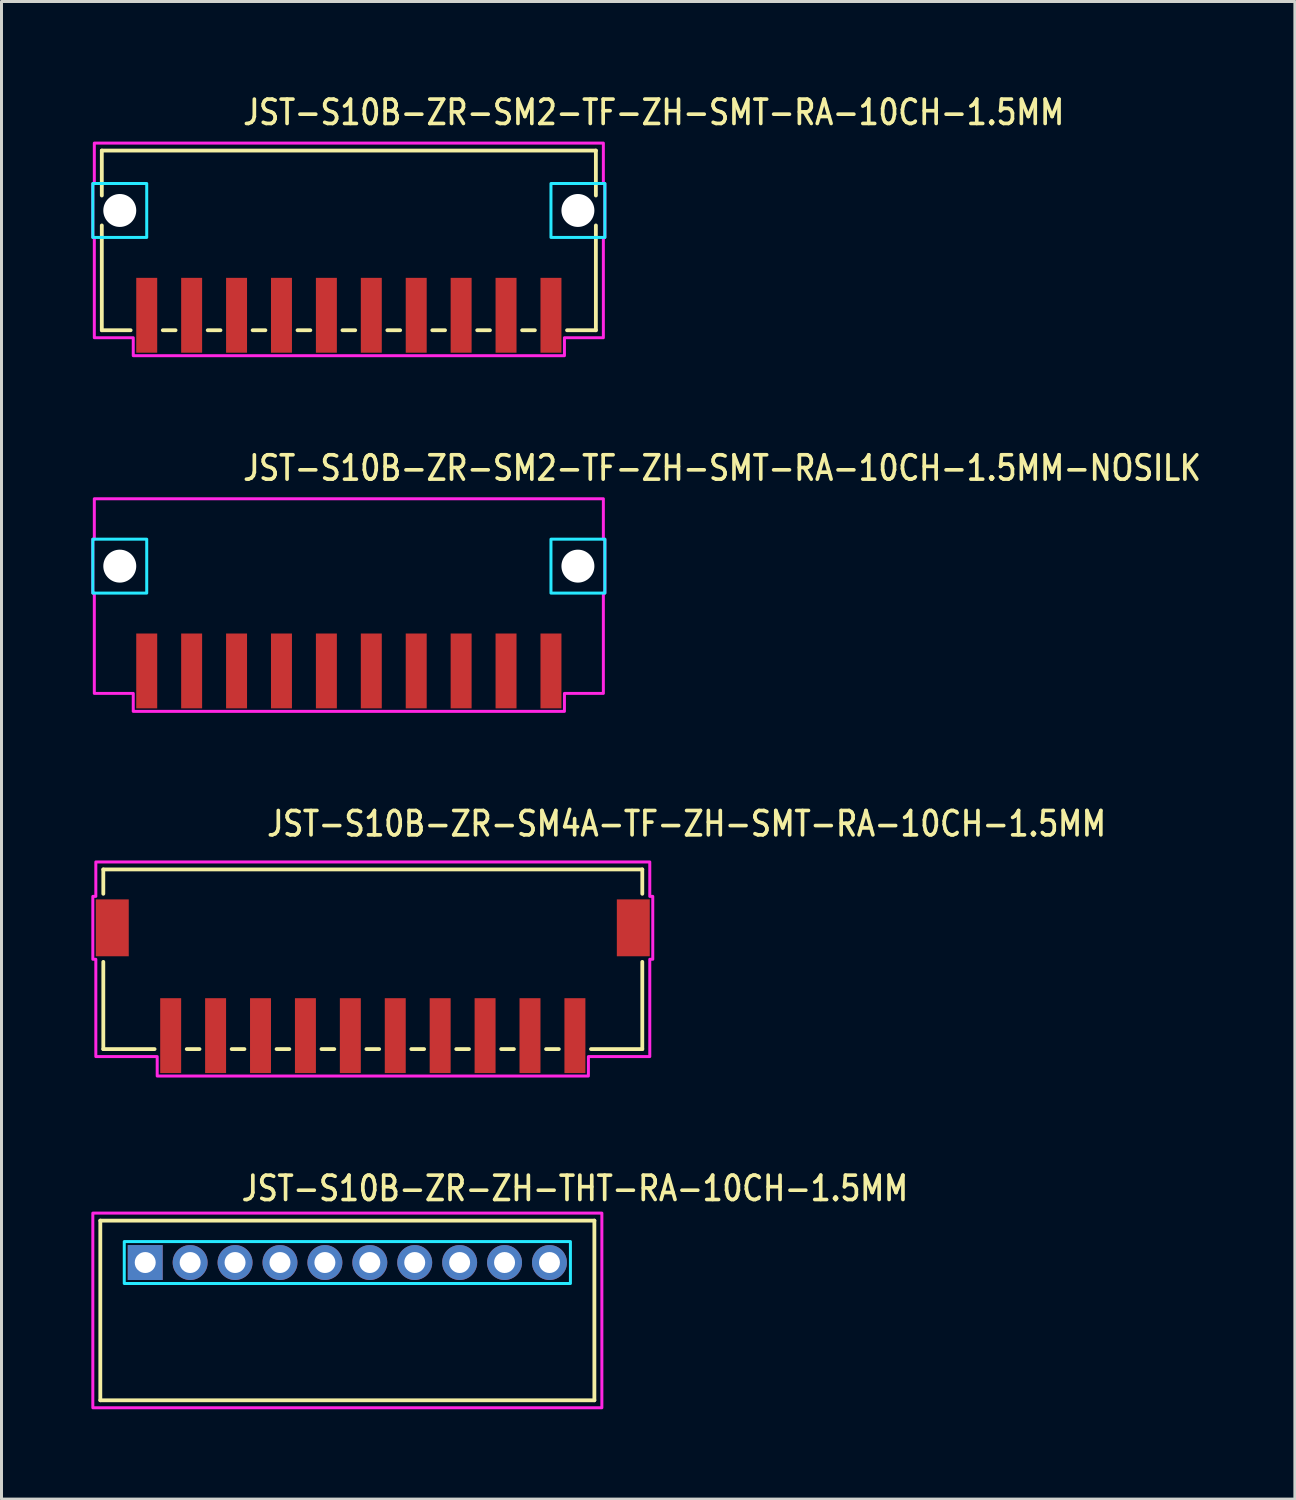
<source format=kicad_pcb>
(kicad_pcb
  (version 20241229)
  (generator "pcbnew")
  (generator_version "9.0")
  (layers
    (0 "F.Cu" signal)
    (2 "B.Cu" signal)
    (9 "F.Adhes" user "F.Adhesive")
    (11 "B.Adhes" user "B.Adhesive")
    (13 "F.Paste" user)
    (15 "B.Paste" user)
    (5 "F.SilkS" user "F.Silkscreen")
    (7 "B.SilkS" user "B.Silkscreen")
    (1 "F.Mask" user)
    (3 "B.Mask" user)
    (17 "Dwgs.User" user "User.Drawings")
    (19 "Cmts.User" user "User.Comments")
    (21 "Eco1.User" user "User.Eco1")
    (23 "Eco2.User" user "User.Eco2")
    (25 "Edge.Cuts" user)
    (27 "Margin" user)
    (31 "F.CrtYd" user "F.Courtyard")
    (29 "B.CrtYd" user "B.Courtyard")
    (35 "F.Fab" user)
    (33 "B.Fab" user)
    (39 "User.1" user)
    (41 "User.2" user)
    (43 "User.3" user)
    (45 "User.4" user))
  (footprint "JST-S10B-ZR-SM2-TF-ZH-SMT-RA-10CH-1.5MM-NOSILK"
    (layer "F.Cu")
    (at 8.6 15.857)
    (property "Reference" "JST-S10B-ZR-SM2-TF-ZH-SMT-RA-10CH-1.5MM-NOSILK" (at -3.6 -2.8 0) (unlocked yes) (layer "F.SilkS") (effects (font (size 0.813 0.695) (thickness 0.122)) (justify left bottom)))
    (fp_poly (pts (xy -8.55 -0.9) (xy -8.55 0.9) (xy -6.75 0.9) (xy -6.75 -0.9)) (stroke (width 0.1) (type solid)) (fill no) (layer "B.CrtYd"))
    (fp_poly (pts (xy 8.55 -0.9) (xy 8.55 0.9) (xy 6.75 0.9) (xy 6.75 -0.9)) (stroke (width 0.1) (type solid)) (fill no) (layer "B.CrtYd"))
    (fp_poly (pts (xy -8.5 -2.25) (xy -8.5 -0.9) (xy -8.55 -0.9) (xy -8.55 0.9) (xy -8.5 0.9) (xy -8.5 4.25) (xy -7.2 4.25) (xy -7.2 4.85) (xy 7.2 4.85) (xy 7.2 4.25) (xy 8.5 4.25) (xy 8.5 0.9) (xy 8.55 0.9) (xy 8.55 -0.9) (xy 8.5 -0.9) (xy 8.5 -2.25)) (stroke (width 0.1) (type solid)) (fill no) (layer "F.CrtYd"))
    (pad "" np_thru_hole circle (at -7.65 0) (size 1.1 1.1) (drill 1.1) (layers "*.Cu" "*.Mask"))
    (pad "" np_thru_hole circle (at 7.65 0) (size 1.1 1.1) (drill 1.1) (layers "*.Cu" "*.Mask"))
    (pad "1" smd rect (at 6.75 3.5) (size 0.7 2.5) (layers "F.Cu" "F.Mask" "F.Paste"))
    (pad "2" smd rect (at 5.25 3.5) (size 0.7 2.5) (layers "F.Cu" "F.Mask" "F.Paste"))
    (pad "3" smd rect (at 3.75 3.5) (size 0.7 2.5) (layers "F.Cu" "F.Mask" "F.Paste"))
    (pad "4" smd rect (at 2.25 3.5) (size 0.7 2.5) (layers "F.Cu" "F.Mask" "F.Paste"))
    (pad "5" smd rect (at 0.75 3.5) (size 0.7 2.5) (layers "F.Cu" "F.Mask" "F.Paste"))
    (pad "6" smd rect (at -0.75 3.5) (size 0.7 2.5) (layers "F.Cu" "F.Mask" "F.Paste"))
    (pad "7" smd rect (at -2.25 3.5) (size 0.7 2.5) (layers "F.Cu" "F.Mask" "F.Paste"))
    (pad "8" smd rect (at -3.75 3.5) (size 0.7 2.5) (layers "F.Cu" "F.Mask" "F.Paste"))
    (pad "9" smd rect (at -5.25 3.5) (size 0.7 2.5) (layers "F.Cu" "F.Mask" "F.Paste"))
    (pad "10" smd rect (at -6.75 3.5) (size 0.7 2.5) (layers "F.Cu" "F.Mask" "F.Paste")))
  (footprint "JST-S10B-ZR-ZH-THT-RA-10CH-1.5MM"
    (layer "F.Cu")
    (at 8.55 39.114)
    (property "Reference" "JST-S10B-ZR-ZH-THT-RA-10CH-1.5MM" (at -3.6 -2 0) (unlocked yes) (layer "F.SilkS") (effects (font (size 0.813 0.695) (thickness 0.122)) (justify left bottom)))
    (fp_line (start -8.25 -1.4) (end 8.25 -1.4) (stroke (width 0.127) (type solid)) (layer "F.SilkS"))
    (fp_line (start -8.25 4.6) (end -8.25 -1.4) (stroke (width 0.127) (type solid)) (layer "F.SilkS"))
    (fp_line (start -8.25 4.6) (end 8.25 4.6) (stroke (width 0.127) (type solid)) (layer "F.SilkS"))
    (fp_line (start 8.25 -1.4) (end 8.25 4.6) (stroke (width 0.127) (type solid)) (layer "F.SilkS"))
    (fp_poly (pts (xy -7.45 -0.7) (xy -7.45 0.7) (xy 7.45 0.7) (xy 7.45 -0.7)) (stroke (width 0.1) (type solid)) (fill no) (layer "B.CrtYd"))
    (fp_poly (pts (xy -8.5 -1.65) (xy -8.5 4.85) (xy 8.5 4.85) (xy 8.5 -1.65)) (stroke (width 0.1) (type solid)) (fill no) (layer "F.CrtYd"))
    (pad "1" thru_hole rect (at -6.75 0) (size 1.167 1.167) (drill 0.7) (layers "*.Cu" "*.Mask"))
    (pad "2" thru_hole oval (at -5.25 0) (size 1.167 1.167) (drill 0.7) (layers "*.Cu" "*.Mask"))
    (pad "3" thru_hole oval (at -3.75 0) (size 1.167 1.167) (drill 0.7) (layers "*.Cu" "*.Mask"))
    (pad "4" thru_hole oval (at -2.25 0) (size 1.167 1.167) (drill 0.7) (layers "*.Cu" "*.Mask"))
    (pad "5" thru_hole oval (at -0.75 0) (size 1.167 1.167) (drill 0.7) (layers "*.Cu" "*.Mask"))
    (pad "6" thru_hole oval (at 0.75 0) (size 1.167 1.167) (drill 0.7) (layers "*.Cu" "*.Mask"))
    (pad "7" thru_hole oval (at 2.25 0) (size 1.167 1.167) (drill 0.7) (layers "*.Cu" "*.Mask"))
    (pad "8" thru_hole oval (at 3.75 0) (size 1.167 1.167) (drill 0.7) (layers "*.Cu" "*.Mask"))
    (pad "9" thru_hole oval (at 5.25 0) (size 1.167 1.167) (drill 0.7) (layers "*.Cu" "*.Mask"))
    (pad "10" thru_hole oval (at 6.75 0) (size 1.167 1.167) (drill 0.7) (layers "*.Cu" "*.Mask")))
  (footprint "JST-S10B-ZR-SM2-TF-ZH-SMT-RA-10CH-1.5MM"
    (layer "F.Cu")
    (at 8.6 3.979)
    (property "Reference" "JST-S10B-ZR-SM2-TF-ZH-SMT-RA-10CH-1.5MM" (at -3.6 -2.8 0) (unlocked yes) (layer "F.SilkS") (effects (font (size 0.813 0.695) (thickness 0.122)) (justify left bottom)))
    (fp_line (start -8.25 -2) (end -8.25 -0.5) (stroke (width 0.127) (type solid)) (layer "F.SilkS"))
    (fp_line (start -8.25 -2) (end 8.25 -2) (stroke (width 0.127) (type solid)) (layer "F.SilkS"))
    (fp_line (start -8.25 4) (end -8.25 0.5) (stroke (width 0.127) (type solid)) (layer "F.SilkS"))
    (fp_line (start -8.25 4) (end -7.287 4) (stroke (width 0.127) (type solid)) (layer "F.SilkS"))
    (fp_line (start -6.213 4) (end -5.787 4) (stroke (width 0.127) (type solid)) (layer "F.SilkS"))
    (fp_line (start -4.713 4) (end -4.287 4) (stroke (width 0.127) (type solid)) (layer "F.SilkS"))
    (fp_line (start -3.213 4) (end -2.787 4) (stroke (width 0.127) (type solid)) (layer "F.SilkS"))
    (fp_line (start -1.714 4) (end -1.286 4) (stroke (width 0.127) (type solid)) (layer "F.SilkS"))
    (fp_line (start -0.213 4) (end 0.213 4) (stroke (width 0.127) (type solid)) (layer "F.SilkS"))
    (fp_line (start 1.286 4) (end 1.714 4) (stroke (width 0.127) (type solid)) (layer "F.SilkS"))
    (fp_line (start 2.787 4) (end 3.213 4) (stroke (width 0.127) (type solid)) (layer "F.SilkS"))
    (fp_line (start 4.287 4) (end 4.713 4) (stroke (width 0.127) (type solid)) (layer "F.SilkS"))
    (fp_line (start 5.787 4) (end 6.213 4) (stroke (width 0.127) (type solid)) (layer "F.SilkS"))
    (fp_line (start 7.287 4) (end 8.25 4) (stroke (width 0.127) (type solid)) (layer "F.SilkS"))
    (fp_line (start 8.25 -0.5) (end 8.25 -2) (stroke (width 0.127) (type solid)) (layer "F.SilkS"))
    (fp_line (start 8.25 0.5) (end 8.25 4) (stroke (width 0.127) (type solid)) (layer "F.SilkS"))
    (fp_poly (pts (xy -8.55 -0.9) (xy -8.55 0.9) (xy -6.75 0.9) (xy -6.75 -0.9)) (stroke (width 0.1) (type solid)) (fill no) (layer "B.CrtYd"))
    (fp_poly (pts (xy 8.55 -0.9) (xy 8.55 0.9) (xy 6.75 0.9) (xy 6.75 -0.9)) (stroke (width 0.1) (type solid)) (fill no) (layer "B.CrtYd"))
    (fp_poly (pts (xy -8.5 -2.25) (xy -8.5 -0.9) (xy -8.55 -0.9) (xy -8.55 0.9) (xy -8.5 0.9) (xy -8.5 4.25) (xy -7.2 4.25) (xy -7.2 4.85) (xy 7.2 4.85) (xy 7.2 4.25) (xy 8.5 4.25) (xy 8.5 0.9) (xy 8.55 0.9) (xy 8.55 -0.9) (xy 8.5 -0.9) (xy 8.5 -2.25)) (stroke (width 0.1) (type solid)) (fill no) (layer "F.CrtYd"))
    (pad "" np_thru_hole circle (at -7.65 0) (size 1.1 1.1) (drill 1.1) (layers "*.Cu" "*.Mask"))
    (pad "" np_thru_hole circle (at 7.65 0) (size 1.1 1.1) (drill 1.1) (layers "*.Cu" "*.Mask"))
    (pad "1" smd rect (at 6.75 3.5) (size 0.7 2.5) (layers "F.Cu" "F.Mask" "F.Paste"))
    (pad "2" smd rect (at 5.25 3.5) (size 0.7 2.5) (layers "F.Cu" "F.Mask" "F.Paste"))
    (pad "3" smd rect (at 3.75 3.5) (size 0.7 2.5) (layers "F.Cu" "F.Mask" "F.Paste"))
    (pad "4" smd rect (at 2.25 3.5) (size 0.7 2.5) (layers "F.Cu" "F.Mask" "F.Paste"))
    (pad "5" smd rect (at 0.75 3.5) (size 0.7 2.5) (layers "F.Cu" "F.Mask" "F.Paste"))
    (pad "6" smd rect (at -0.75 3.5) (size 0.7 2.5) (layers "F.Cu" "F.Mask" "F.Paste"))
    (pad "7" smd rect (at -2.25 3.5) (size 0.7 2.5) (layers "F.Cu" "F.Mask" "F.Paste"))
    (pad "8" smd rect (at -3.75 3.5) (size 0.7 2.5) (layers "F.Cu" "F.Mask" "F.Paste"))
    (pad "9" smd rect (at -5.25 3.5) (size 0.7 2.5) (layers "F.Cu" "F.Mask" "F.Paste"))
    (pad "10" smd rect (at -6.75 3.5) (size 0.7 2.5) (layers "F.Cu" "F.Mask" "F.Paste")))
  (footprint "JST-S10B-ZR-SM4A-TF-ZH-SMT-RA-10CH-1.5MM"
    (layer "F.Cu")
    (at 9.4 27.936)
    (property "Reference" "JST-S10B-ZR-SM4A-TF-ZH-SMT-RA-10CH-1.5MM" (at -3.6 -3 0) (unlocked yes) (layer "F.SilkS") (effects (font (size 0.813 0.695) (thickness 0.122)) (justify left bottom)))
    (fp_line (start -9 -1.95) (end -9 -1.137) (stroke (width 0.127) (type solid)) (layer "F.SilkS"))
    (fp_line (start -9 -1.95) (end 9 -1.95) (stroke (width 0.127) (type solid)) (layer "F.SilkS"))
    (fp_line (start -9 4.05) (end -9 1.137) (stroke (width 0.127) (type solid)) (layer "F.SilkS"))
    (fp_line (start -9 4.05) (end -7.287 4.05) (stroke (width 0.127) (type solid)) (layer "F.SilkS"))
    (fp_line (start -6.213 4.05) (end -5.787 4.05) (stroke (width 0.127) (type solid)) (layer "F.SilkS"))
    (fp_line (start -4.713 4.05) (end -4.287 4.05) (stroke (width 0.127) (type solid)) (layer "F.SilkS"))
    (fp_line (start -3.213 4.05) (end -2.787 4.05) (stroke (width 0.127) (type solid)) (layer "F.SilkS"))
    (fp_line (start -1.714 4.05) (end -1.286 4.05) (stroke (width 0.127) (type solid)) (layer "F.SilkS"))
    (fp_line (start -0.213 4.05) (end 0.213 4.05) (stroke (width 0.127) (type solid)) (layer "F.SilkS"))
    (fp_line (start 1.286 4.05) (end 1.714 4.05) (stroke (width 0.127) (type solid)) (layer "F.SilkS"))
    (fp_line (start 2.787 4.05) (end 3.213 4.05) (stroke (width 0.127) (type solid)) (layer "F.SilkS"))
    (fp_line (start 4.287 4.05) (end 4.713 4.05) (stroke (width 0.127) (type solid)) (layer "F.SilkS"))
    (fp_line (start 5.787 4.05) (end 6.213 4.05) (stroke (width 0.127) (type solid)) (layer "F.SilkS"))
    (fp_line (start 7.287 4.05) (end 9 4.05) (stroke (width 0.127) (type solid)) (layer "F.SilkS"))
    (fp_line (start 9 -1.137) (end 9 -1.95) (stroke (width 0.127) (type solid)) (layer "F.SilkS"))
    (fp_line (start 9 1.137) (end 9 4.05) (stroke (width 0.127) (type solid)) (layer "F.SilkS"))
    (fp_poly (pts (xy -9.25 -2.2) (xy -9.25 -1.05) (xy -9.35 -1.05) (xy -9.35 1.05) (xy -9.25 1.05) (xy -9.25 4.3) (xy -7.2 4.3) (xy -7.2 4.95) (xy 7.2 4.95) (xy 7.2 4.3) (xy 9.25 4.3) (xy 9.25 1.05) (xy 9.35 1.05) (xy 9.35 -1.05) (xy 9.25 -1.05) (xy 9.25 -2.2)) (stroke (width 0.1) (type solid)) (fill no) (layer "F.CrtYd"))
    (pad "1" smd rect (at 6.75 3.6) (size 0.7 2.5) (layers "F.Cu" "F.Mask" "F.Paste"))
    (pad "2" smd rect (at 5.25 3.6) (size 0.7 2.5) (layers "F.Cu" "F.Mask" "F.Paste"))
    (pad "3" smd rect (at 3.75 3.6) (size 0.7 2.5) (layers "F.Cu" "F.Mask" "F.Paste"))
    (pad "4" smd rect (at 2.25 3.6) (size 0.7 2.5) (layers "F.Cu" "F.Mask" "F.Paste"))
    (pad "5" smd rect (at 0.75 3.6) (size 0.7 2.5) (layers "F.Cu" "F.Mask" "F.Paste"))
    (pad "6" smd rect (at -0.75 3.6) (size 0.7 2.5) (layers "F.Cu" "F.Mask" "F.Paste"))
    (pad "7" smd rect (at -2.25 3.6) (size 0.7 2.5) (layers "F.Cu" "F.Mask" "F.Paste"))
    (pad "8" smd rect (at -3.75 3.6) (size 0.7 2.5) (layers "F.Cu" "F.Mask" "F.Paste"))
    (pad "9" smd rect (at -5.25 3.6) (size 0.7 2.5) (layers "F.Cu" "F.Mask" "F.Paste"))
    (pad "10" smd rect (at -6.75 3.6) (size 0.7 2.5) (layers "F.Cu" "F.Mask" "F.Paste"))
    (pad "S_1" smd rect (at -8.7 0) (size 1.1 1.9) (layers "F.Cu" "F.Mask" "F.Paste"))
    (pad "S_2" smd rect (at 8.7 0) (size 1.1 1.9) (layers "F.Cu" "F.Mask" "F.Paste")))
  (gr_rect
    (start -3 -3)
    (end 40.194 47.014)
    (stroke (width 0.1) (type default))
    (fill no)
    (layer "Edge.Cuts")))
</source>
